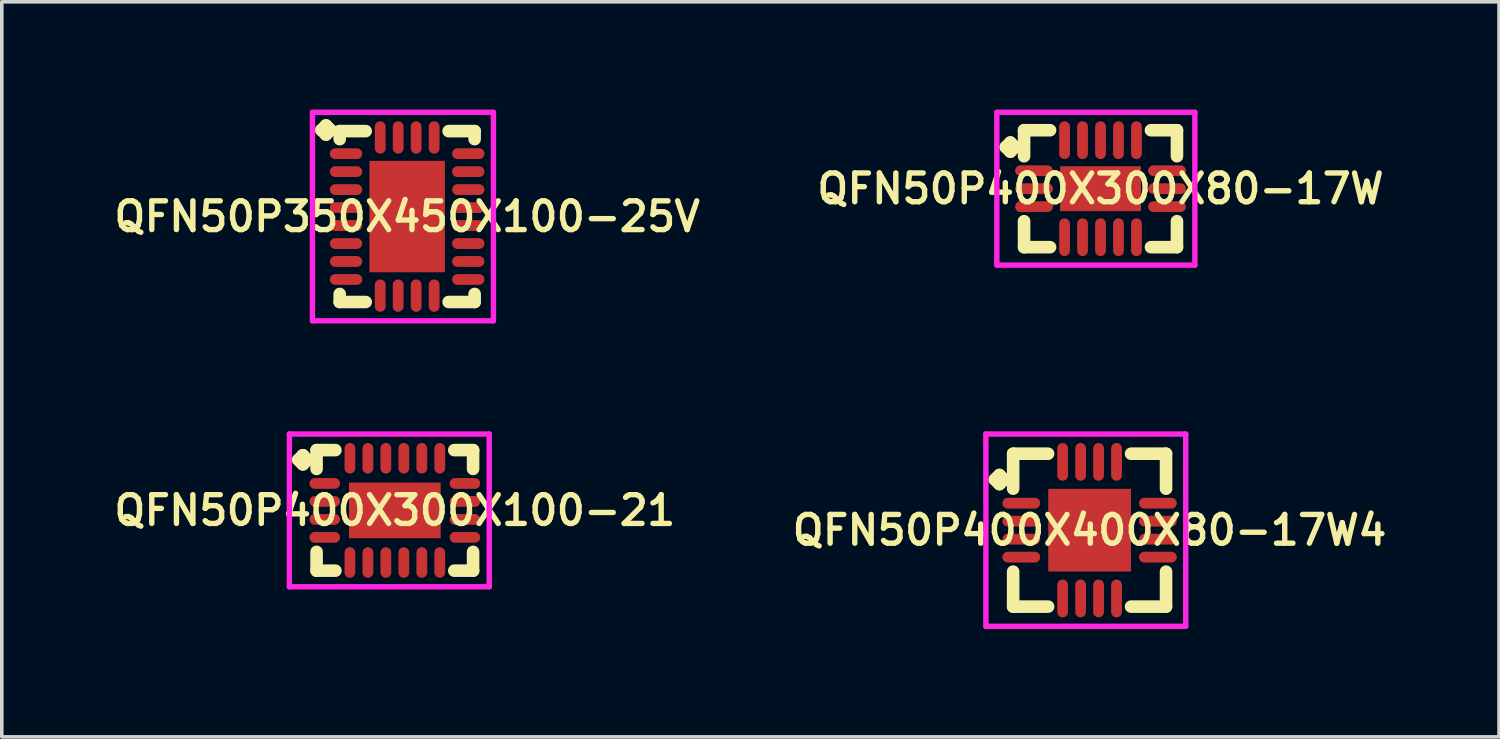
<source format=kicad_pcb>
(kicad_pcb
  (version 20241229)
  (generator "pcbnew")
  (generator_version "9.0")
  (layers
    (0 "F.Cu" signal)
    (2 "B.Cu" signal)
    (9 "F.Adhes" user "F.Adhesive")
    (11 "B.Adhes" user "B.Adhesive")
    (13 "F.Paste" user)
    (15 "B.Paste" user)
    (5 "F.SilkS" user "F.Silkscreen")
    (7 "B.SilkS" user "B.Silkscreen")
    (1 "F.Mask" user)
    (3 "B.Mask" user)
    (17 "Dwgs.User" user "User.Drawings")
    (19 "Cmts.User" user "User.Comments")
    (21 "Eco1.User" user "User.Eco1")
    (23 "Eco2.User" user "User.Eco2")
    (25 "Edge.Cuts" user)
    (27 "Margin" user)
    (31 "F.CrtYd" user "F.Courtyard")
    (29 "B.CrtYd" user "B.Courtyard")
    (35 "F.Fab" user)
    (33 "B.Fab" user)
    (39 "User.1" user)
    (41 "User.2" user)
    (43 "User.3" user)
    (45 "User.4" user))
  (footprint "QFN50P400X300X100-21"
    (layer "F.Cu")
    (at 7.935 11.15)
    (property "Reference" "QFN50P400X300X100-21" (at 0 0 0) (layer "F.SilkS") (effects (font (size 0.8 0.8) (thickness 0.15))))
    (attr smd)
    (fp_line (start -2.685 -1.408) (end -2.558 -1.535) (stroke (width 0.35) (type solid)) (layer "F.SilkS"))
    (fp_line (start -2.558 -1.535) (end -2.431 -1.408) (stroke (width 0.35) (type solid)) (layer "F.SilkS"))
    (fp_line (start -2.558 -1.281) (end -2.685 -1.408) (stroke (width 0.35) (type solid)) (layer "F.SilkS"))
    (fp_line (start -2.431 -1.408) (end -2.558 -1.281) (stroke (width 0.35) (type solid)) (layer "F.SilkS"))
    (fp_line (start -2.177 -1.677) (end -1.654 -1.677) (stroke (width 0.35) (type solid)) (layer "F.SilkS"))
    (fp_line (start -2.177 -1.154) (end -2.177 -1.677) (stroke (width 0.35) (type solid)) (layer "F.SilkS"))
    (fp_line (start -2.177 1.154) (end -2.177 1.677) (stroke (width 0.35) (type solid)) (layer "F.SilkS"))
    (fp_line (start -2.177 1.677) (end -1.654 1.677) (stroke (width 0.35) (type solid)) (layer "F.SilkS"))
    (fp_line (start 1.654 -1.677) (end 2.177 -1.677) (stroke (width 0.35) (type solid)) (layer "F.SilkS"))
    (fp_line (start 1.654 1.677) (end 2.177 1.677) (stroke (width 0.35) (type solid)) (layer "F.SilkS"))
    (fp_line (start 2.177 -1.677) (end 2.177 -1.154) (stroke (width 0.35) (type solid)) (layer "F.SilkS"))
    (fp_line (start 2.177 1.677) (end 2.177 1.154) (stroke (width 0.35) (type solid)) (layer "F.SilkS"))
    (fp_line (start -2.935 -2.125) (end 2.625 -2.125) (stroke (width 0.15) (type solid)) (layer "F.CrtYd"))
    (fp_line (start -2.935 2.125) (end -2.935 -2.125) (stroke (width 0.15) (type solid)) (layer "F.CrtYd"))
    (fp_line (start 2.625 -2.125) (end 2.625 2.125) (stroke (width 0.15) (type solid)) (layer "F.CrtYd"))
    (fp_line (start 2.625 2.125) (end -2.935 2.125) (stroke (width 0.15) (type solid)) (layer "F.CrtYd"))
    (pad "1" smd oval (at -1.95 -0.75) (size 0.85 0.3) (layers "F.Cu" "F.Mask" "F.Paste"))
    (pad "2" smd oval (at -1.95 -0.25) (size 0.85 0.3) (layers "F.Cu" "F.Mask" "F.Paste"))
    (pad "3" smd oval (at -1.95 0.25) (size 0.85 0.3) (layers "F.Cu" "F.Mask" "F.Paste"))
    (pad "4" smd oval (at -1.95 0.75) (size 0.85 0.3) (layers "F.Cu" "F.Mask" "F.Paste"))
    (pad "5" smd oval (at -1.25 1.45) (size 0.3 0.85) (layers "F.Cu" "F.Mask" "F.Paste"))
    (pad "6" smd oval (at -0.75 1.45) (size 0.3 0.85) (layers "F.Cu" "F.Mask" "F.Paste"))
    (pad "7" smd oval (at -0.25 1.45) (size 0.3 0.85) (layers "F.Cu" "F.Mask" "F.Paste"))
    (pad "8" smd oval (at 0.25 1.45) (size 0.3 0.85) (layers "F.Cu" "F.Mask" "F.Paste"))
    (pad "9" smd oval (at 0.75 1.45) (size 0.3 0.85) (layers "F.Cu" "F.Mask" "F.Paste"))
    (pad "10" smd oval (at 1.25 1.45) (size 0.3 0.85) (layers "F.Cu" "F.Mask" "F.Paste"))
    (pad "11" smd oval (at 1.95 0.75) (size 0.85 0.3) (layers "F.Cu" "F.Mask" "F.Paste"))
    (pad "12" smd oval (at 1.95 0.25) (size 0.85 0.3) (layers "F.Cu" "F.Mask" "F.Paste"))
    (pad "13" smd oval (at 1.95 -0.25) (size 0.85 0.3) (layers "F.Cu" "F.Mask" "F.Paste"))
    (pad "14" smd oval (at 1.95 -0.75) (size 0.85 0.3) (layers "F.Cu" "F.Mask" "F.Paste"))
    (pad "15" smd oval (at 1.25 -1.45) (size 0.3 0.85) (layers "F.Cu" "F.Mask" "F.Paste"))
    (pad "16" smd oval (at 0.75 -1.45) (size 0.3 0.85) (layers "F.Cu" "F.Mask" "F.Paste"))
    (pad "17" smd oval (at 0.25 -1.45) (size 0.3 0.85) (layers "F.Cu" "F.Mask" "F.Paste"))
    (pad "18" smd oval (at -0.25 -1.45) (size 0.3 0.85) (layers "F.Cu" "F.Mask" "F.Paste"))
    (pad "19" smd oval (at -0.75 -1.45) (size 0.3 0.85) (layers "F.Cu" "F.Mask" "F.Paste"))
    (pad "20" smd oval (at -1.25 -1.45) (size 0.3 0.85) (layers "F.Cu" "F.Mask" "F.Paste"))
    (pad "21" smd rect (at 0 0) (size 2.55 1.55) (layers "F.Cu" "F.Mask" "F.Paste")))
  (footprint "QFN50P400X400X80-17W4"
    (layer "F.Cu")
    (at 27.264 11.7)
    (property "Reference" "QFN50P400X400X80-17W4" (at 0 0 0) (layer "F.SilkS") (effects (font (size 0.8 0.8) (thickness 0.15))))
    (attr smd)
    (fp_line (start -2.635 -1.408) (end -2.508 -1.535) (stroke (width 0.35) (type solid)) (layer "F.SilkS"))
    (fp_line (start -2.508 -1.535) (end -2.381 -1.408) (stroke (width 0.35) (type solid)) (layer "F.SilkS"))
    (fp_line (start -2.508 -1.281) (end -2.635 -1.408) (stroke (width 0.35) (type solid)) (layer "F.SilkS"))
    (fp_line (start -2.381 -1.408) (end -2.508 -1.281) (stroke (width 0.35) (type solid)) (layer "F.SilkS"))
    (fp_line (start -2.127 -2.127) (end -1.154 -2.127) (stroke (width 0.35) (type solid)) (layer "F.SilkS"))
    (fp_line (start -2.127 -1.154) (end -2.127 -2.127) (stroke (width 0.35) (type solid)) (layer "F.SilkS"))
    (fp_line (start -2.127 1.154) (end -2.127 2.127) (stroke (width 0.35) (type solid)) (layer "F.SilkS"))
    (fp_line (start -2.127 2.127) (end -1.154 2.127) (stroke (width 0.35) (type solid)) (layer "F.SilkS"))
    (fp_line (start 1.154 -2.127) (end 2.127 -2.127) (stroke (width 0.35) (type solid)) (layer "F.SilkS"))
    (fp_line (start 1.154 2.127) (end 2.127 2.127) (stroke (width 0.35) (type solid)) (layer "F.SilkS"))
    (fp_line (start 2.127 -2.127) (end 2.127 -1.154) (stroke (width 0.35) (type solid)) (layer "F.SilkS"))
    (fp_line (start 2.127 2.127) (end 2.127 1.154) (stroke (width 0.35) (type solid)) (layer "F.SilkS"))
    (fp_line (start -2.885 -2.675) (end 2.675 -2.675) (stroke (width 0.15) (type solid)) (layer "F.CrtYd"))
    (fp_line (start -2.885 2.675) (end -2.885 -2.675) (stroke (width 0.15) (type solid)) (layer "F.CrtYd"))
    (fp_line (start 2.675 -2.675) (end 2.675 2.675) (stroke (width 0.15) (type solid)) (layer "F.CrtYd"))
    (fp_line (start 2.675 2.675) (end -2.885 2.675) (stroke (width 0.15) (type solid)) (layer "F.CrtYd"))
    (pad "1" smd oval (at -1.9 -0.75) (size 1.05 0.3) (layers "F.Cu" "F.Mask" "F.Paste"))
    (pad "2" smd oval (at -1.9 -0.25) (size 1.05 0.3) (layers "F.Cu" "F.Mask" "F.Paste"))
    (pad "3" smd oval (at -1.9 0.25) (size 1.05 0.3) (layers "F.Cu" "F.Mask" "F.Paste"))
    (pad "4" smd oval (at -1.9 0.75) (size 1.05 0.3) (layers "F.Cu" "F.Mask" "F.Paste"))
    (pad "5" smd oval (at -0.75 1.9) (size 0.3 1.05) (layers "F.Cu" "F.Mask" "F.Paste"))
    (pad "6" smd oval (at -0.25 1.9) (size 0.3 1.05) (layers "F.Cu" "F.Mask" "F.Paste"))
    (pad "7" smd oval (at 0.25 1.9) (size 0.3 1.05) (layers "F.Cu" "F.Mask" "F.Paste"))
    (pad "8" smd oval (at 0.75 1.9) (size 0.3 1.05) (layers "F.Cu" "F.Mask" "F.Paste"))
    (pad "9" smd oval (at 1.9 0.75) (size 1.05 0.3) (layers "F.Cu" "F.Mask" "F.Paste"))
    (pad "10" smd oval (at 1.9 0.25) (size 1.05 0.3) (layers "F.Cu" "F.Mask" "F.Paste"))
    (pad "11" smd oval (at 1.9 -0.25) (size 1.05 0.3) (layers "F.Cu" "F.Mask" "F.Paste"))
    (pad "12" smd oval (at 1.9 -0.75) (size 1.05 0.3) (layers "F.Cu" "F.Mask" "F.Paste"))
    (pad "13" smd oval (at 0.75 -1.9) (size 0.3 1.05) (layers "F.Cu" "F.Mask" "F.Paste"))
    (pad "14" smd oval (at 0.25 -1.9) (size 0.3 1.05) (layers "F.Cu" "F.Mask" "F.Paste"))
    (pad "15" smd oval (at -0.25 -1.9) (size 0.3 1.05) (layers "F.Cu" "F.Mask" "F.Paste"))
    (pad "16" smd oval (at -0.75 -1.9) (size 0.3 1.05) (layers "F.Cu" "F.Mask" "F.Paste"))
    (pad "17" smd rect (at 0 0) (size 2.3 2.3) (layers "F.Cu" "F.Mask" "F.Paste")))
  (footprint "QFN50P350X450X100-25V"
    (layer "F.Cu")
    (at 8.278 2.975)
    (property "Reference" "QFN50P350X450X100-25V" (at 0 0 0) (layer "F.SilkS") (effects (font (size 0.8 0.8) (thickness 0.15))))
    (attr smd)
    (fp_line (start -2.385 -2.408) (end -2.258 -2.535) (stroke (width 0.35) (type solid)) (layer "F.SilkS"))
    (fp_line (start -2.258 -2.535) (end -2.131 -2.408) (stroke (width 0.35) (type solid)) (layer "F.SilkS"))
    (fp_line (start -2.258 -2.281) (end -2.385 -2.408) (stroke (width 0.35) (type solid)) (layer "F.SilkS"))
    (fp_line (start -2.131 -2.408) (end -2.258 -2.281) (stroke (width 0.35) (type solid)) (layer "F.SilkS"))
    (fp_line (start -1.877 -2.377) (end -1.154 -2.377) (stroke (width 0.35) (type solid)) (layer "F.SilkS"))
    (fp_line (start -1.877 -2.154) (end -1.877 -2.377) (stroke (width 0.35) (type solid)) (layer "F.SilkS"))
    (fp_line (start -1.877 2.154) (end -1.877 2.377) (stroke (width 0.35) (type solid)) (layer "F.SilkS"))
    (fp_line (start -1.877 2.377) (end -1.154 2.377) (stroke (width 0.35) (type solid)) (layer "F.SilkS"))
    (fp_line (start 1.154 -2.377) (end 1.877 -2.377) (stroke (width 0.35) (type solid)) (layer "F.SilkS"))
    (fp_line (start 1.154 2.377) (end 1.877 2.377) (stroke (width 0.35) (type solid)) (layer "F.SilkS"))
    (fp_line (start 1.877 -2.377) (end 1.877 -2.154) (stroke (width 0.35) (type solid)) (layer "F.SilkS"))
    (fp_line (start 1.877 2.377) (end 1.877 2.154) (stroke (width 0.35) (type solid)) (layer "F.SilkS"))
    (fp_line (start -2.635 -2.9) (end 2.4 -2.9) (stroke (width 0.15) (type solid)) (layer "F.CrtYd"))
    (fp_line (start -2.635 2.9) (end -2.635 -2.9) (stroke (width 0.15) (type solid)) (layer "F.CrtYd"))
    (fp_line (start 2.4 -2.9) (end 2.4 2.9) (stroke (width 0.15) (type solid)) (layer "F.CrtYd"))
    (fp_line (start 2.4 2.9) (end -2.635 2.9) (stroke (width 0.15) (type solid)) (layer "F.CrtYd"))
    (pad "1" smd oval (at -1.7 -1.75) (size 0.9 0.3) (layers "F.Cu" "F.Mask" "F.Paste"))
    (pad "2" smd oval (at -1.7 -1.25) (size 0.9 0.3) (layers "F.Cu" "F.Mask" "F.Paste"))
    (pad "3" smd oval (at -1.7 -0.75) (size 0.9 0.3) (layers "F.Cu" "F.Mask" "F.Paste"))
    (pad "4" smd oval (at -1.7 -0.25) (size 0.9 0.3) (layers "F.Cu" "F.Mask" "F.Paste"))
    (pad "5" smd oval (at -1.7 0.25) (size 0.9 0.3) (layers "F.Cu" "F.Mask" "F.Paste"))
    (pad "6" smd oval (at -1.7 0.75) (size 0.9 0.3) (layers "F.Cu" "F.Mask" "F.Paste"))
    (pad "7" smd oval (at -1.7 1.25) (size 0.9 0.3) (layers "F.Cu" "F.Mask" "F.Paste"))
    (pad "8" smd oval (at -1.7 1.75) (size 0.9 0.3) (layers "F.Cu" "F.Mask" "F.Paste"))
    (pad "9" smd oval (at -0.75 2.2) (size 0.3 0.9) (layers "F.Cu" "F.Mask" "F.Paste"))
    (pad "10" smd oval (at -0.25 2.2) (size 0.3 0.9) (layers "F.Cu" "F.Mask" "F.Paste"))
    (pad "11" smd oval (at 0.25 2.2) (size 0.3 0.9) (layers "F.Cu" "F.Mask" "F.Paste"))
    (pad "12" smd oval (at 0.75 2.2) (size 0.3 0.9) (layers "F.Cu" "F.Mask" "F.Paste"))
    (pad "13" smd oval (at 1.7 1.75) (size 0.9 0.3) (layers "F.Cu" "F.Mask" "F.Paste"))
    (pad "14" smd oval (at 1.7 1.25) (size 0.9 0.3) (layers "F.Cu" "F.Mask" "F.Paste"))
    (pad "15" smd oval (at 1.7 0.75) (size 0.9 0.3) (layers "F.Cu" "F.Mask" "F.Paste"))
    (pad "16" smd oval (at 1.7 0.25) (size 0.9 0.3) (layers "F.Cu" "F.Mask" "F.Paste"))
    (pad "17" smd oval (at 1.7 -0.25) (size 0.9 0.3) (layers "F.Cu" "F.Mask" "F.Paste"))
    (pad "18" smd oval (at 1.7 -0.75) (size 0.9 0.3) (layers "F.Cu" "F.Mask" "F.Paste"))
    (pad "19" smd oval (at 1.7 -1.25) (size 0.9 0.3) (layers "F.Cu" "F.Mask" "F.Paste"))
    (pad "20" smd oval (at 1.7 -1.75) (size 0.9 0.3) (layers "F.Cu" "F.Mask" "F.Paste"))
    (pad "21" smd oval (at 0.75 -2.2) (size 0.3 0.9) (layers "F.Cu" "F.Mask" "F.Paste"))
    (pad "22" smd oval (at 0.25 -2.2) (size 0.3 0.9) (layers "F.Cu" "F.Mask" "F.Paste"))
    (pad "23" smd oval (at -0.25 -2.2) (size 0.3 0.9) (layers "F.Cu" "F.Mask" "F.Paste"))
    (pad "24" smd oval (at -0.75 -2.2) (size 0.3 0.9) (layers "F.Cu" "F.Mask" "F.Paste"))
    (pad "25" smd rect (at 0 0) (size 2.1 3.1) (layers "F.Cu" "F.Mask" "F.Paste")))
  (footprint "QFN50P400X300X80-17W"
    (layer "F.Cu")
    (at 27.568 2.2)
    (property "Reference" "QFN50P400X300X80-17W" (at 0 0 0) (layer "F.SilkS") (effects (font (size 0.8 0.8) (thickness 0.15))))
    (attr smd)
    (fp_line (start -2.635 -1.158) (end -2.508 -1.285) (stroke (width 0.35) (type solid)) (layer "F.SilkS"))
    (fp_line (start -2.508 -1.285) (end -2.381 -1.158) (stroke (width 0.35) (type solid)) (layer "F.SilkS"))
    (fp_line (start -2.508 -1.031) (end -2.635 -1.158) (stroke (width 0.35) (type solid)) (layer "F.SilkS"))
    (fp_line (start -2.381 -1.158) (end -2.508 -1.031) (stroke (width 0.35) (type solid)) (layer "F.SilkS"))
    (fp_line (start -2.127 -1.627) (end -1.404 -1.627) (stroke (width 0.35) (type solid)) (layer "F.SilkS"))
    (fp_line (start -2.127 -0.904) (end -2.127 -1.627) (stroke (width 0.35) (type solid)) (layer "F.SilkS"))
    (fp_line (start -2.127 0.904) (end -2.127 1.627) (stroke (width 0.35) (type solid)) (layer "F.SilkS"))
    (fp_line (start -2.127 1.627) (end -1.404 1.627) (stroke (width 0.35) (type solid)) (layer "F.SilkS"))
    (fp_line (start 1.404 -1.627) (end 2.127 -1.627) (stroke (width 0.35) (type solid)) (layer "F.SilkS"))
    (fp_line (start 1.404 1.627) (end 2.127 1.627) (stroke (width 0.35) (type solid)) (layer "F.SilkS"))
    (fp_line (start 2.127 -1.627) (end 2.127 -0.904) (stroke (width 0.35) (type solid)) (layer "F.SilkS"))
    (fp_line (start 2.127 1.627) (end 2.127 0.904) (stroke (width 0.35) (type solid)) (layer "F.SilkS"))
    (fp_line (start -2.885 -2.125) (end 2.625 -2.125) (stroke (width 0.15) (type solid)) (layer "F.CrtYd"))
    (fp_line (start -2.885 2.125) (end -2.885 -2.125) (stroke (width 0.15) (type solid)) (layer "F.CrtYd"))
    (fp_line (start 2.625 -2.125) (end 2.625 2.125) (stroke (width 0.15) (type solid)) (layer "F.CrtYd"))
    (fp_line (start 2.625 2.125) (end -2.885 2.125) (stroke (width 0.15) (type solid)) (layer "F.CrtYd"))
    (pad "1" smd oval (at -1.85 -0.5) (size 1.05 0.3) (layers "F.Cu" "F.Mask" "F.Paste"))
    (pad "2" smd oval (at -1.85 0) (size 1.05 0.3) (layers "F.Cu" "F.Mask" "F.Paste"))
    (pad "3" smd oval (at -1.85 0.5) (size 1.05 0.3) (layers "F.Cu" "F.Mask" "F.Paste"))
    (pad "4" smd oval (at -1 1.35) (size 0.3 1.05) (layers "F.Cu" "F.Mask" "F.Paste"))
    (pad "5" smd oval (at -0.5 1.35) (size 0.3 1.05) (layers "F.Cu" "F.Mask" "F.Paste"))
    (pad "6" smd oval (at 0 1.35) (size 0.3 1.05) (layers "F.Cu" "F.Mask" "F.Paste"))
    (pad "7" smd oval (at 0.5 1.35) (size 0.3 1.05) (layers "F.Cu" "F.Mask" "F.Paste"))
    (pad "8" smd oval (at 1 1.35) (size 0.3 1.05) (layers "F.Cu" "F.Mask" "F.Paste"))
    (pad "9" smd oval (at 1.85 0.5) (size 1.05 0.3) (layers "F.Cu" "F.Mask" "F.Paste"))
    (pad "10" smd oval (at 1.85 0) (size 1.05 0.3) (layers "F.Cu" "F.Mask" "F.Paste"))
    (pad "11" smd oval (at 1.85 -0.5) (size 1.05 0.3) (layers "F.Cu" "F.Mask" "F.Paste"))
    (pad "12" smd oval (at 1 -1.35) (size 0.3 1.05) (layers "F.Cu" "F.Mask" "F.Paste"))
    (pad "13" smd oval (at 0.5 -1.35) (size 0.3 1.05) (layers "F.Cu" "F.Mask" "F.Paste"))
    (pad "14" smd oval (at 0 -1.35) (size 0.3 1.05) (layers "F.Cu" "F.Mask" "F.Paste"))
    (pad "15" smd oval (at -0.5 -1.35) (size 0.3 1.05) (layers "F.Cu" "F.Mask" "F.Paste"))
    (pad "16" smd oval (at -1 -1.35) (size 0.3 1.05) (layers "F.Cu" "F.Mask" "F.Paste"))
    (pad "17" smd rect (at 0 0) (size 2.25 1.25) (layers "F.Cu" "F.Mask" "F.Paste")))
  (gr_rect
    (start -3 -3)
    (end 38.656 17.45)
    (stroke (width 0.1) (type default))
    (fill no)
    (layer "Edge.Cuts")))
</source>
